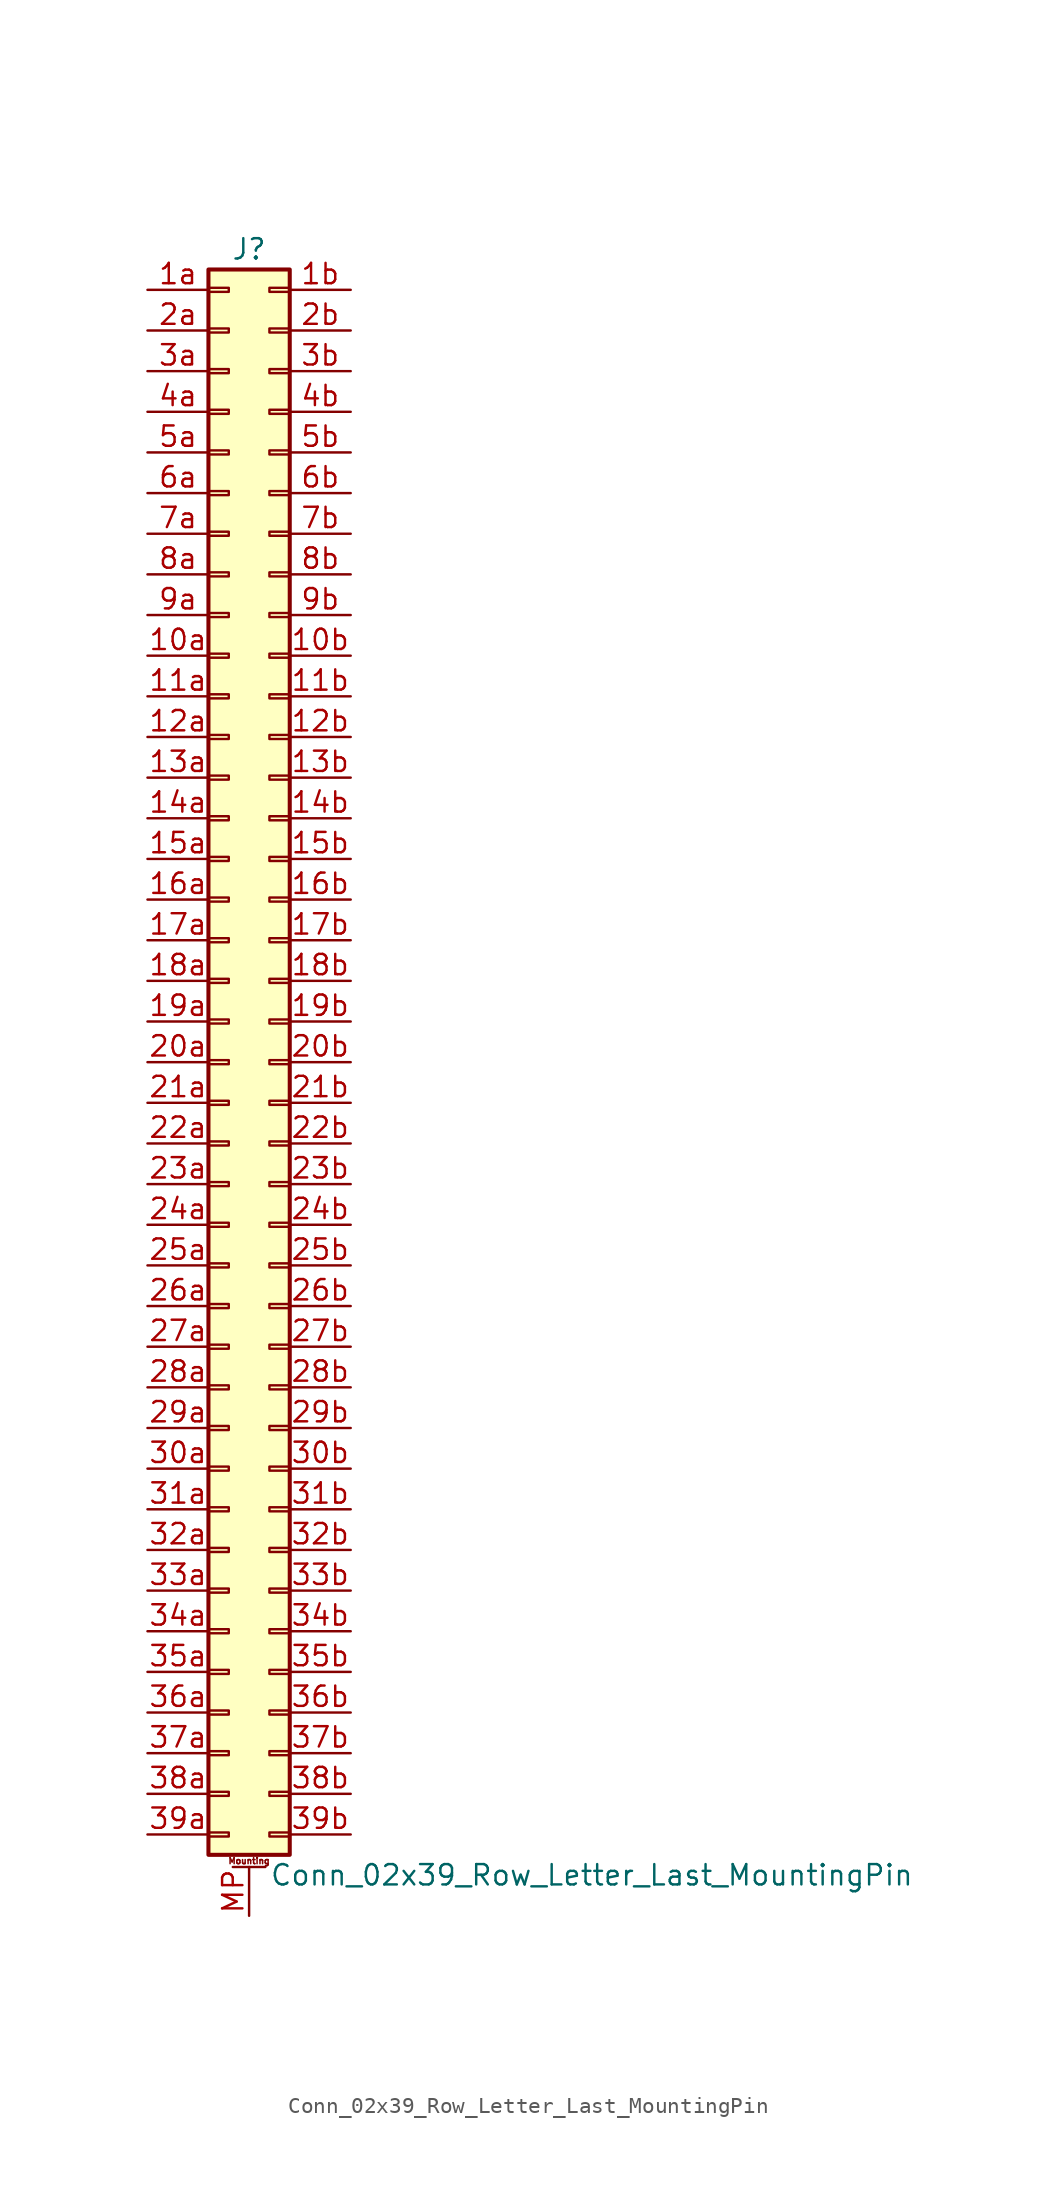
<source format=kicad_sym>
(kicad_symbol_lib
  (version 20201005)
  (generator kicad_symbol_editor)
  (symbol "Conn_02x39_Row_Letter_Last_MountingPin"
    (pin_names
      (offset 1.016) hide)
    (property "Reference" "J"
      (at 1.27 50.8 0)
      (effects (font (size 1.27 1.27))))
    (property "Value" "Conn_02x39_Row_Letter_Last_MountingPin"
      (at 2.54 -50.8 0)
      (effects (font (size 1.27 1.27)) (justify left)))
    (symbol "Conn_02x39_Row_Letter_Last_MountingPin_1_1"
      (text "Mounting" (at 1.27 -49.911 0) (effects (font (size 0.381 0.381))))
      (rectangle (start -1.27 -48.133) (end 0 -48.387) (stroke (width 0.152)) (fill (type none)))
      (rectangle (start -1.27 -45.593) (end 0 -45.847) (stroke (width 0.152)) (fill (type none)))
      (rectangle (start -1.27 -43.053) (end 0 -43.307) (stroke (width 0.152)) (fill (type none)))
      (rectangle (start -1.27 -40.513) (end 0 -40.767) (stroke (width 0.152)) (fill (type none)))
      (rectangle (start -1.27 -37.973) (end 0 -38.227) (stroke (width 0.152)) (fill (type none)))
      (rectangle (start -1.27 -35.433) (end 0 -35.687) (stroke (width 0.152)) (fill (type none)))
      (rectangle (start -1.27 -32.893) (end 0 -33.147) (stroke (width 0.152)) (fill (type none)))
      (rectangle (start -1.27 -30.353) (end 0 -30.607) (stroke (width 0.152)) (fill (type none)))
      (rectangle (start -1.27 -27.813) (end 0 -28.067) (stroke (width 0.152)) (fill (type none)))
      (rectangle (start -1.27 -25.273) (end 0 -25.527) (stroke (width 0.152)) (fill (type none)))
      (rectangle (start -1.27 -22.733) (end 0 -22.987) (stroke (width 0.152)) (fill (type none)))
      (rectangle (start -1.27 -20.193) (end 0 -20.447) (stroke (width 0.152)) (fill (type none)))
      (rectangle (start -1.27 -17.653) (end 0 -17.907) (stroke (width 0.152)) (fill (type none)))
      (rectangle (start -1.27 -15.113) (end 0 -15.367) (stroke (width 0.152)) (fill (type none)))
      (rectangle (start -1.27 -12.573) (end 0 -12.827) (stroke (width 0.152)) (fill (type none)))
      (rectangle (start -1.27 -10.033) (end 0 -10.287) (stroke (width 0.152)) (fill (type none)))
      (rectangle (start -1.27 -7.493) (end 0 -7.747) (stroke (width 0.152)) (fill (type none)))
      (rectangle (start -1.27 -4.953) (end 0 -5.207) (stroke (width 0.152)) (fill (type none)))
      (rectangle (start -1.27 -2.413) (end 0 -2.667) (stroke (width 0.152)) (fill (type none)))
      (rectangle (start -1.27 0.127) (end 0 -0.127) (stroke (width 0.152)) (fill (type none)))
      (rectangle (start -1.27 2.667) (end 0 2.413) (stroke (width 0.152)) (fill (type none)))
      (rectangle (start -1.27 5.207) (end 0 4.953) (stroke (width 0.152)) (fill (type none)))
      (rectangle (start -1.27 7.747) (end 0 7.493) (stroke (width 0.152)) (fill (type none)))
      (rectangle (start -1.27 10.287) (end 0 10.033) (stroke (width 0.152)) (fill (type none)))
      (rectangle (start -1.27 12.827) (end 0 12.573) (stroke (width 0.152)) (fill (type none)))
      (rectangle (start -1.27 15.367) (end 0 15.113) (stroke (width 0.152)) (fill (type none)))
      (rectangle (start -1.27 17.907) (end 0 17.653) (stroke (width 0.152)) (fill (type none)))
      (rectangle (start -1.27 20.447) (end 0 20.193) (stroke (width 0.152)) (fill (type none)))
      (rectangle (start -1.27 22.987) (end 0 22.733) (stroke (width 0.152)) (fill (type none)))
      (rectangle (start -1.27 25.527) (end 0 25.273) (stroke (width 0.152)) (fill (type none)))
      (rectangle (start -1.27 28.067) (end 0 27.813) (stroke (width 0.152)) (fill (type none)))
      (rectangle (start -1.27 30.607) (end 0 30.353) (stroke (width 0.152)) (fill (type none)))
      (rectangle (start -1.27 33.147) (end 0 32.893) (stroke (width 0.152)) (fill (type none)))
      (rectangle (start -1.27 35.687) (end 0 35.433) (stroke (width 0.152)) (fill (type none)))
      (rectangle (start -1.27 38.227) (end 0 37.973) (stroke (width 0.152)) (fill (type none)))
      (rectangle (start -1.27 40.767) (end 0 40.513) (stroke (width 0.152)) (fill (type none)))
      (rectangle (start -1.27 43.307) (end 0 43.053) (stroke (width 0.152)) (fill (type none)))
      (rectangle (start -1.27 45.847) (end 0 45.593) (stroke (width 0.152)) (fill (type none)))
      (rectangle (start -1.27 48.387) (end 0 48.133) (stroke (width 0.152)) (fill (type none)))
      (rectangle (start -1.27 49.53) (end 3.81 -49.53) (stroke (width 0.254)) (fill (type background)))
      (rectangle (start 3.81 -48.133) (end 2.54 -48.387) (stroke (width 0.152)) (fill (type none)))
      (rectangle (start 3.81 -45.593) (end 2.54 -45.847) (stroke (width 0.152)) (fill (type none)))
      (rectangle (start 3.81 -43.053) (end 2.54 -43.307) (stroke (width 0.152)) (fill (type none)))
      (rectangle (start 3.81 -40.513) (end 2.54 -40.767) (stroke (width 0.152)) (fill (type none)))
      (rectangle (start 3.81 -37.973) (end 2.54 -38.227) (stroke (width 0.152)) (fill (type none)))
      (rectangle (start 3.81 -35.433) (end 2.54 -35.687) (stroke (width 0.152)) (fill (type none)))
      (rectangle (start 3.81 -32.893) (end 2.54 -33.147) (stroke (width 0.152)) (fill (type none)))
      (rectangle (start 3.81 -30.353) (end 2.54 -30.607) (stroke (width 0.152)) (fill (type none)))
      (rectangle (start 3.81 -27.813) (end 2.54 -28.067) (stroke (width 0.152)) (fill (type none)))
      (rectangle (start 3.81 -25.273) (end 2.54 -25.527) (stroke (width 0.152)) (fill (type none)))
      (rectangle (start 3.81 -22.733) (end 2.54 -22.987) (stroke (width 0.152)) (fill (type none)))
      (rectangle (start 3.81 -20.193) (end 2.54 -20.447) (stroke (width 0.152)) (fill (type none)))
      (rectangle (start 3.81 -17.653) (end 2.54 -17.907) (stroke (width 0.152)) (fill (type none)))
      (rectangle (start 3.81 -15.113) (end 2.54 -15.367) (stroke (width 0.152)) (fill (type none)))
      (rectangle (start 3.81 -12.573) (end 2.54 -12.827) (stroke (width 0.152)) (fill (type none)))
      (rectangle (start 3.81 -10.033) (end 2.54 -10.287) (stroke (width 0.152)) (fill (type none)))
      (rectangle (start 3.81 -7.493) (end 2.54 -7.747) (stroke (width 0.152)) (fill (type none)))
      (rectangle (start 3.81 -4.953) (end 2.54 -5.207) (stroke (width 0.152)) (fill (type none)))
      (rectangle (start 3.81 -2.413) (end 2.54 -2.667) (stroke (width 0.152)) (fill (type none)))
      (rectangle (start 3.81 0.127) (end 2.54 -0.127) (stroke (width 0.152)) (fill (type none)))
      (rectangle (start 3.81 2.667) (end 2.54 2.413) (stroke (width 0.152)) (fill (type none)))
      (rectangle (start 3.81 5.207) (end 2.54 4.953) (stroke (width 0.152)) (fill (type none)))
      (rectangle (start 3.81 7.747) (end 2.54 7.493) (stroke (width 0.152)) (fill (type none)))
      (rectangle (start 3.81 10.287) (end 2.54 10.033) (stroke (width 0.152)) (fill (type none)))
      (rectangle (start 3.81 12.827) (end 2.54 12.573) (stroke (width 0.152)) (fill (type none)))
      (rectangle (start 3.81 15.367) (end 2.54 15.113) (stroke (width 0.152)) (fill (type none)))
      (rectangle (start 3.81 17.907) (end 2.54 17.653) (stroke (width 0.152)) (fill (type none)))
      (rectangle (start 3.81 20.447) (end 2.54 20.193) (stroke (width 0.152)) (fill (type none)))
      (rectangle (start 3.81 22.987) (end 2.54 22.733) (stroke (width 0.152)) (fill (type none)))
      (rectangle (start 3.81 25.527) (end 2.54 25.273) (stroke (width 0.152)) (fill (type none)))
      (rectangle (start 3.81 28.067) (end 2.54 27.813) (stroke (width 0.152)) (fill (type none)))
      (rectangle (start 3.81 30.607) (end 2.54 30.353) (stroke (width 0.152)) (fill (type none)))
      (rectangle (start 3.81 33.147) (end 2.54 32.893) (stroke (width 0.152)) (fill (type none)))
      (rectangle (start 3.81 35.687) (end 2.54 35.433) (stroke (width 0.152)) (fill (type none)))
      (rectangle (start 3.81 38.227) (end 2.54 37.973) (stroke (width 0.152)) (fill (type none)))
      (rectangle (start 3.81 40.767) (end 2.54 40.513) (stroke (width 0.152)) (fill (type none)))
      (rectangle (start 3.81 43.307) (end 2.54 43.053) (stroke (width 0.152)) (fill (type none)))
      (rectangle (start 3.81 45.847) (end 2.54 45.593) (stroke (width 0.152)) (fill (type none)))
      (rectangle (start 3.81 48.387) (end 2.54 48.133) (stroke (width 0.152)) (fill (type none)))
      (polyline (pts (xy 0.254 -50.292) (xy 2.286 -50.292)) (stroke (width 0.152)) (fill (type none)))
      (pin passive line (at -5.08 25.4 0) (length 3.81) (name "Pin_10a" (effects (font (size 1.27 1.27)))) (number "10a" (effects (font (size 1.27 1.27)))))
      (pin passive line (at 7.62 25.4 180) (length 3.81) (name "Pin_10b" (effects (font (size 1.27 1.27)))) (number "10b" (effects (font (size 1.27 1.27)))))
      (pin passive line (at -5.08 22.86 0) (length 3.81) (name "Pin_11a" (effects (font (size 1.27 1.27)))) (number "11a" (effects (font (size 1.27 1.27)))))
      (pin passive line (at 7.62 22.86 180) (length 3.81) (name "Pin_11b" (effects (font (size 1.27 1.27)))) (number "11b" (effects (font (size 1.27 1.27)))))
      (pin passive line (at -5.08 20.32 0) (length 3.81) (name "Pin_12a" (effects (font (size 1.27 1.27)))) (number "12a" (effects (font (size 1.27 1.27)))))
      (pin passive line (at 7.62 20.32 180) (length 3.81) (name "Pin_12b" (effects (font (size 1.27 1.27)))) (number "12b" (effects (font (size 1.27 1.27)))))
      (pin passive line (at -5.08 17.78 0) (length 3.81) (name "Pin_13a" (effects (font (size 1.27 1.27)))) (number "13a" (effects (font (size 1.27 1.27)))))
      (pin passive line (at 7.62 17.78 180) (length 3.81) (name "Pin_13b" (effects (font (size 1.27 1.27)))) (number "13b" (effects (font (size 1.27 1.27)))))
      (pin passive line (at -5.08 15.24 0) (length 3.81) (name "Pin_14a" (effects (font (size 1.27 1.27)))) (number "14a" (effects (font (size 1.27 1.27)))))
      (pin passive line (at 7.62 15.24 180) (length 3.81) (name "Pin_14b" (effects (font (size 1.27 1.27)))) (number "14b" (effects (font (size 1.27 1.27)))))
      (pin passive line (at -5.08 12.7 0) (length 3.81) (name "Pin_15a" (effects (font (size 1.27 1.27)))) (number "15a" (effects (font (size 1.27 1.27)))))
      (pin passive line (at 7.62 12.7 180) (length 3.81) (name "Pin_15b" (effects (font (size 1.27 1.27)))) (number "15b" (effects (font (size 1.27 1.27)))))
      (pin passive line (at -5.08 10.16 0) (length 3.81) (name "Pin_16a" (effects (font (size 1.27 1.27)))) (number "16a" (effects (font (size 1.27 1.27)))))
      (pin passive line (at 7.62 10.16 180) (length 3.81) (name "Pin_16b" (effects (font (size 1.27 1.27)))) (number "16b" (effects (font (size 1.27 1.27)))))
      (pin passive line (at -5.08 7.62 0) (length 3.81) (name "Pin_17a" (effects (font (size 1.27 1.27)))) (number "17a" (effects (font (size 1.27 1.27)))))
      (pin passive line (at 7.62 7.62 180) (length 3.81) (name "Pin_17b" (effects (font (size 1.27 1.27)))) (number "17b" (effects (font (size 1.27 1.27)))))
      (pin passive line (at -5.08 5.08 0) (length 3.81) (name "Pin_18a" (effects (font (size 1.27 1.27)))) (number "18a" (effects (font (size 1.27 1.27)))))
      (pin passive line (at 7.62 5.08 180) (length 3.81) (name "Pin_18b" (effects (font (size 1.27 1.27)))) (number "18b" (effects (font (size 1.27 1.27)))))
      (pin passive line (at -5.08 2.54 0) (length 3.81) (name "Pin_19a" (effects (font (size 1.27 1.27)))) (number "19a" (effects (font (size 1.27 1.27)))))
      (pin passive line (at 7.62 2.54 180) (length 3.81) (name "Pin_19b" (effects (font (size 1.27 1.27)))) (number "19b" (effects (font (size 1.27 1.27)))))
      (pin passive line (at -5.08 48.26 0) (length 3.81) (name "Pin_1a" (effects (font (size 1.27 1.27)))) (number "1a" (effects (font (size 1.27 1.27)))))
      (pin passive line (at 7.62 48.26 180) (length 3.81) (name "Pin_1b" (effects (font (size 1.27 1.27)))) (number "1b" (effects (font (size 1.27 1.27)))))
      (pin passive line (at -5.08 0 0) (length 3.81) (name "Pin_20a" (effects (font (size 1.27 1.27)))) (number "20a" (effects (font (size 1.27 1.27)))))
      (pin passive line (at 7.62 0 180) (length 3.81) (name "Pin_20b" (effects (font (size 1.27 1.27)))) (number "20b" (effects (font (size 1.27 1.27)))))
      (pin passive line (at -5.08 -2.54 0) (length 3.81) (name "Pin_21a" (effects (font (size 1.27 1.27)))) (number "21a" (effects (font (size 1.27 1.27)))))
      (pin passive line (at 7.62 -2.54 180) (length 3.81) (name "Pin_21b" (effects (font (size 1.27 1.27)))) (number "21b" (effects (font (size 1.27 1.27)))))
      (pin passive line (at -5.08 -5.08 0) (length 3.81) (name "Pin_22a" (effects (font (size 1.27 1.27)))) (number "22a" (effects (font (size 1.27 1.27)))))
      (pin passive line (at 7.62 -5.08 180) (length 3.81) (name "Pin_22b" (effects (font (size 1.27 1.27)))) (number "22b" (effects (font (size 1.27 1.27)))))
      (pin passive line (at -5.08 -7.62 0) (length 3.81) (name "Pin_23a" (effects (font (size 1.27 1.27)))) (number "23a" (effects (font (size 1.27 1.27)))))
      (pin passive line (at 7.62 -7.62 180) (length 3.81) (name "Pin_23b" (effects (font (size 1.27 1.27)))) (number "23b" (effects (font (size 1.27 1.27)))))
      (pin passive line (at -5.08 -10.16 0) (length 3.81) (name "Pin_24a" (effects (font (size 1.27 1.27)))) (number "24a" (effects (font (size 1.27 1.27)))))
      (pin passive line (at 7.62 -10.16 180) (length 3.81) (name "Pin_24b" (effects (font (size 1.27 1.27)))) (number "24b" (effects (font (size 1.27 1.27)))))
      (pin passive line (at -5.08 -12.7 0) (length 3.81) (name "Pin_25a" (effects (font (size 1.27 1.27)))) (number "25a" (effects (font (size 1.27 1.27)))))
      (pin passive line (at 7.62 -12.7 180) (length 3.81) (name "Pin_25b" (effects (font (size 1.27 1.27)))) (number "25b" (effects (font (size 1.27 1.27)))))
      (pin passive line (at -5.08 -15.24 0) (length 3.81) (name "Pin_26a" (effects (font (size 1.27 1.27)))) (number "26a" (effects (font (size 1.27 1.27)))))
      (pin passive line (at 7.62 -15.24 180) (length 3.81) (name "Pin_26b" (effects (font (size 1.27 1.27)))) (number "26b" (effects (font (size 1.27 1.27)))))
      (pin passive line (at -5.08 -17.78 0) (length 3.81) (name "Pin_27a" (effects (font (size 1.27 1.27)))) (number "27a" (effects (font (size 1.27 1.27)))))
      (pin passive line (at 7.62 -17.78 180) (length 3.81) (name "Pin_27b" (effects (font (size 1.27 1.27)))) (number "27b" (effects (font (size 1.27 1.27)))))
      (pin passive line (at -5.08 -20.32 0) (length 3.81) (name "Pin_28a" (effects (font (size 1.27 1.27)))) (number "28a" (effects (font (size 1.27 1.27)))))
      (pin passive line (at 7.62 -20.32 180) (length 3.81) (name "Pin_28b" (effects (font (size 1.27 1.27)))) (number "28b" (effects (font (size 1.27 1.27)))))
      (pin passive line (at -5.08 -22.86 0) (length 3.81) (name "Pin_29a" (effects (font (size 1.27 1.27)))) (number "29a" (effects (font (size 1.27 1.27)))))
      (pin passive line (at 7.62 -22.86 180) (length 3.81) (name "Pin_29b" (effects (font (size 1.27 1.27)))) (number "29b" (effects (font (size 1.27 1.27)))))
      (pin passive line (at -5.08 45.72 0) (length 3.81) (name "Pin_2a" (effects (font (size 1.27 1.27)))) (number "2a" (effects (font (size 1.27 1.27)))))
      (pin passive line (at 7.62 45.72 180) (length 3.81) (name "Pin_2b" (effects (font (size 1.27 1.27)))) (number "2b" (effects (font (size 1.27 1.27)))))
      (pin passive line (at -5.08 -25.4 0) (length 3.81) (name "Pin_30a" (effects (font (size 1.27 1.27)))) (number "30a" (effects (font (size 1.27 1.27)))))
      (pin passive line (at 7.62 -25.4 180) (length 3.81) (name "Pin_30b" (effects (font (size 1.27 1.27)))) (number "30b" (effects (font (size 1.27 1.27)))))
      (pin passive line (at -5.08 -27.94 0) (length 3.81) (name "Pin_31a" (effects (font (size 1.27 1.27)))) (number "31a" (effects (font (size 1.27 1.27)))))
      (pin passive line (at 7.62 -27.94 180) (length 3.81) (name "Pin_31b" (effects (font (size 1.27 1.27)))) (number "31b" (effects (font (size 1.27 1.27)))))
      (pin passive line (at -5.08 -30.48 0) (length 3.81) (name "Pin_32a" (effects (font (size 1.27 1.27)))) (number "32a" (effects (font (size 1.27 1.27)))))
      (pin passive line (at 7.62 -30.48 180) (length 3.81) (name "Pin_32b" (effects (font (size 1.27 1.27)))) (number "32b" (effects (font (size 1.27 1.27)))))
      (pin passive line (at -5.08 -33.02 0) (length 3.81) (name "Pin_33a" (effects (font (size 1.27 1.27)))) (number "33a" (effects (font (size 1.27 1.27)))))
      (pin passive line (at 7.62 -33.02 180) (length 3.81) (name "Pin_33b" (effects (font (size 1.27 1.27)))) (number "33b" (effects (font (size 1.27 1.27)))))
      (pin passive line (at -5.08 -35.56 0) (length 3.81) (name "Pin_34a" (effects (font (size 1.27 1.27)))) (number "34a" (effects (font (size 1.27 1.27)))))
      (pin passive line (at 7.62 -35.56 180) (length 3.81) (name "Pin_34b" (effects (font (size 1.27 1.27)))) (number "34b" (effects (font (size 1.27 1.27)))))
      (pin passive line (at -5.08 -38.1 0) (length 3.81) (name "Pin_35a" (effects (font (size 1.27 1.27)))) (number "35a" (effects (font (size 1.27 1.27)))))
      (pin passive line (at 7.62 -38.1 180) (length 3.81) (name "Pin_35b" (effects (font (size 1.27 1.27)))) (number "35b" (effects (font (size 1.27 1.27)))))
      (pin passive line (at -5.08 -40.64 0) (length 3.81) (name "Pin_36a" (effects (font (size 1.27 1.27)))) (number "36a" (effects (font (size 1.27 1.27)))))
      (pin passive line (at 7.62 -40.64 180) (length 3.81) (name "Pin_36b" (effects (font (size 1.27 1.27)))) (number "36b" (effects (font (size 1.27 1.27)))))
      (pin passive line (at -5.08 -43.18 0) (length 3.81) (name "Pin_37a" (effects (font (size 1.27 1.27)))) (number "37a" (effects (font (size 1.27 1.27)))))
      (pin passive line (at 7.62 -43.18 180) (length 3.81) (name "Pin_37b" (effects (font (size 1.27 1.27)))) (number "37b" (effects (font (size 1.27 1.27)))))
      (pin passive line (at -5.08 -45.72 0) (length 3.81) (name "Pin_38a" (effects (font (size 1.27 1.27)))) (number "38a" (effects (font (size 1.27 1.27)))))
      (pin passive line (at 7.62 -45.72 180) (length 3.81) (name "Pin_38b" (effects (font (size 1.27 1.27)))) (number "38b" (effects (font (size 1.27 1.27)))))
      (pin passive line (at -5.08 -48.26 0) (length 3.81) (name "Pin_39a" (effects (font (size 1.27 1.27)))) (number "39a" (effects (font (size 1.27 1.27)))))
      (pin passive line (at 7.62 -48.26 180) (length 3.81) (name "Pin_39b" (effects (font (size 1.27 1.27)))) (number "39b" (effects (font (size 1.27 1.27)))))
      (pin passive line (at -5.08 43.18 0) (length 3.81) (name "Pin_3a" (effects (font (size 1.27 1.27)))) (number "3a" (effects (font (size 1.27 1.27)))))
      (pin passive line (at 7.62 43.18 180) (length 3.81) (name "Pin_3b" (effects (font (size 1.27 1.27)))) (number "3b" (effects (font (size 1.27 1.27)))))
      (pin passive line (at -5.08 40.64 0) (length 3.81) (name "Pin_4a" (effects (font (size 1.27 1.27)))) (number "4a" (effects (font (size 1.27 1.27)))))
      (pin passive line (at 7.62 40.64 180) (length 3.81) (name "Pin_4b" (effects (font (size 1.27 1.27)))) (number "4b" (effects (font (size 1.27 1.27)))))
      (pin passive line (at -5.08 38.1 0) (length 3.81) (name "Pin_5a" (effects (font (size 1.27 1.27)))) (number "5a" (effects (font (size 1.27 1.27)))))
      (pin passive line (at 7.62 38.1 180) (length 3.81) (name "Pin_5b" (effects (font (size 1.27 1.27)))) (number "5b" (effects (font (size 1.27 1.27)))))
      (pin passive line (at -5.08 35.56 0) (length 3.81) (name "Pin_6a" (effects (font (size 1.27 1.27)))) (number "6a" (effects (font (size 1.27 1.27)))))
      (pin passive line (at 7.62 35.56 180) (length 3.81) (name "Pin_6b" (effects (font (size 1.27 1.27)))) (number "6b" (effects (font (size 1.27 1.27)))))
      (pin passive line (at -5.08 33.02 0) (length 3.81) (name "Pin_7a" (effects (font (size 1.27 1.27)))) (number "7a" (effects (font (size 1.27 1.27)))))
      (pin passive line (at 7.62 33.02 180) (length 3.81) (name "Pin_7b" (effects (font (size 1.27 1.27)))) (number "7b" (effects (font (size 1.27 1.27)))))
      (pin passive line (at -5.08 30.48 0) (length 3.81) (name "Pin_8a" (effects (font (size 1.27 1.27)))) (number "8a" (effects (font (size 1.27 1.27)))))
      (pin passive line (at 7.62 30.48 180) (length 3.81) (name "Pin_8b" (effects (font (size 1.27 1.27)))) (number "8b" (effects (font (size 1.27 1.27)))))
      (pin passive line (at -5.08 27.94 0) (length 3.81) (name "Pin_9a" (effects (font (size 1.27 1.27)))) (number "9a" (effects (font (size 1.27 1.27)))))
      (pin passive line (at 7.62 27.94 180) (length 3.81) (name "Pin_9b" (effects (font (size 1.27 1.27)))) (number "9b" (effects (font (size 1.27 1.27)))))
      (pin passive line (at 1.27 -53.34 90) (length 3.048) (name "MountPin" (effects (font (size 1.27 1.27)))) (number "MP" (effects (font (size 1.27 1.27))))))))
</source>
